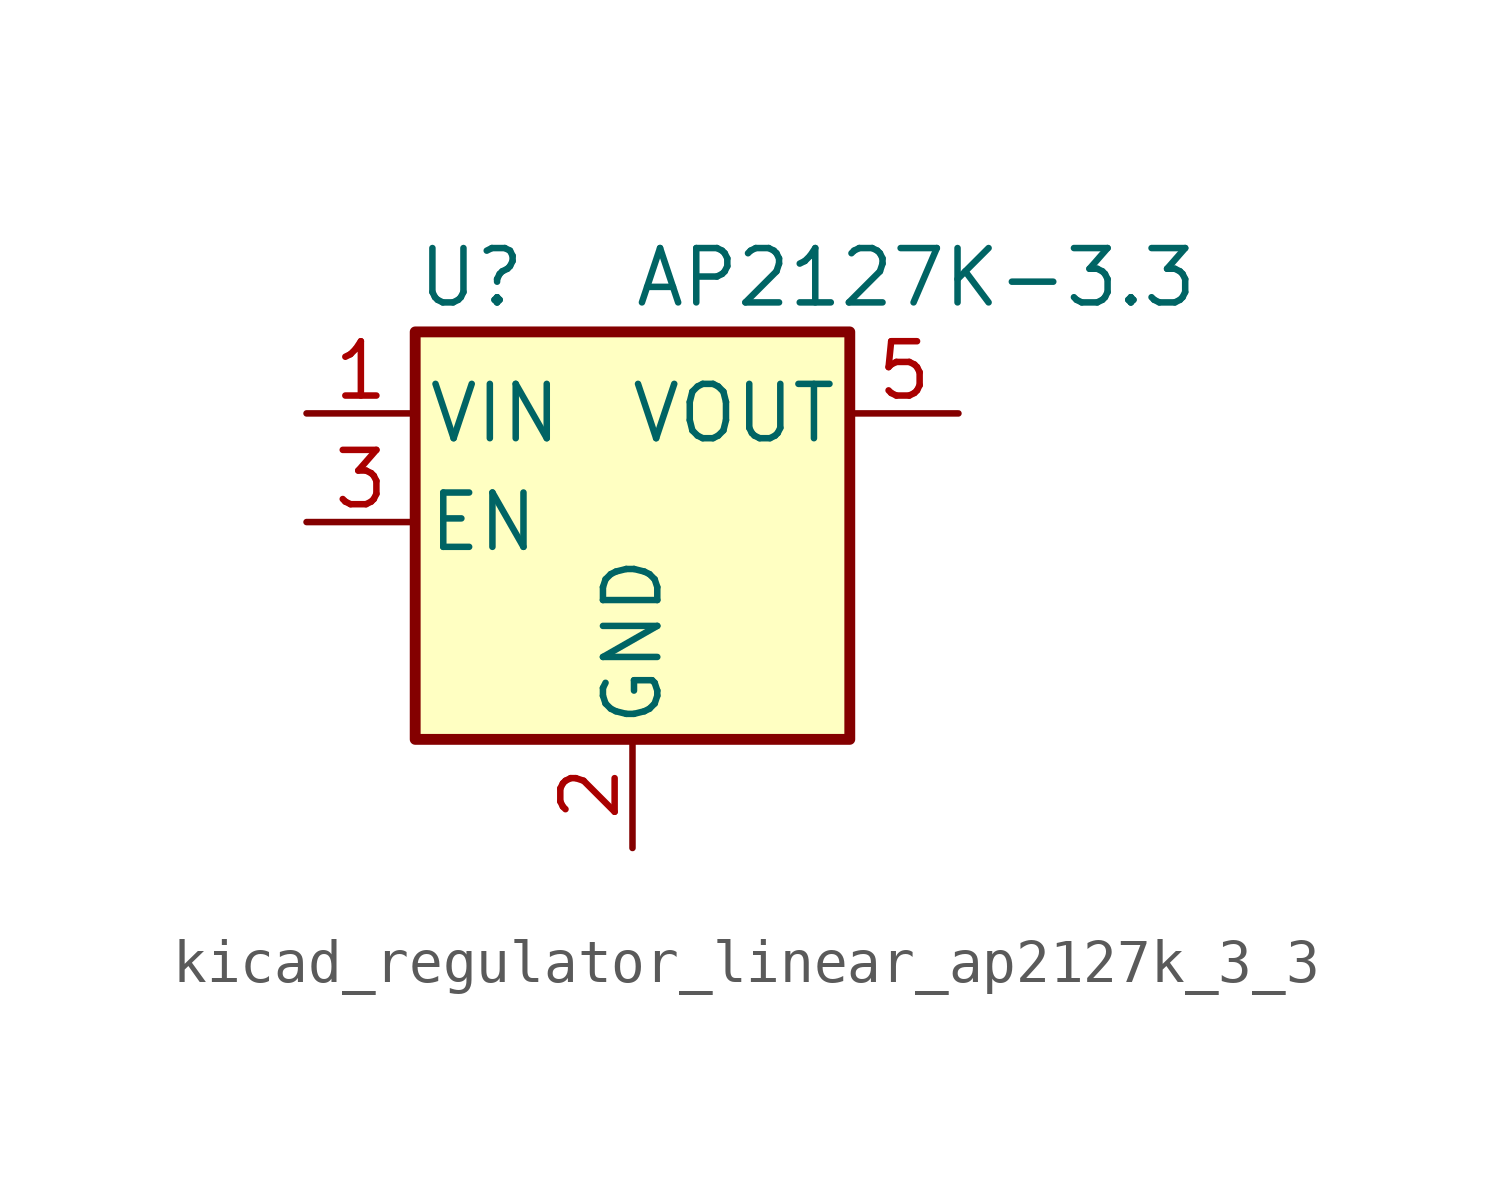
<source format=kicad_sym>
(kicad_symbol_lib
  (version 20220914)
  (generator kicad_symbol_editor)
  (symbol "kicad_regulator_linear_ap2127k_3_3"
    (pin_names
      (offset 0.254))
    (property "Reference" "U"
      (at -5.08 5.715 0)
      (effects (font (size 1.27 1.27)) (justify left)))
    (property "Value" "AP2127K-3.3"
      (at 0 5.715 0)
      (effects (font (size 1.27 1.27)) (justify left)))
    (symbol "kicad_regulator_linear_ap2127k_3_3_0_1"
      (rectangle (start -5.08 4.445) (end 5.08 -5.08) (stroke (width 0.254) (type default)) (fill (type background))))
    (symbol "kicad_regulator_linear_ap2127k_3_3_1_1"
      (pin power_in line (at -7.62 2.54 0) (length 2.54) (name "VIN" (effects (font (size 1.27 1.27)))) (number "1" (effects (font (size 1.27 1.27)))))
      (pin power_in line (at 0 -7.62 90) (length 2.54) (name "GND" (effects (font (size 1.27 1.27)))) (number "2" (effects (font (size 1.27 1.27)))))
      (pin input line (at -7.62 0 0) (length 2.54) (name "EN" (effects (font (size 1.27 1.27)))) (number "3" (effects (font (size 1.27 1.27)))))
      (pin no_connect line (at 5.08 0 180) (length 2.54) hide (name "NC" (effects (font (size 1.27 1.27)))) (number "4" (effects (font (size 1.27 1.27)))))
      (pin power_out line (at 7.62 2.54 180) (length 2.54) (name "VOUT" (effects (font (size 1.27 1.27)))) (number "5" (effects (font (size 1.27 1.27))))))))
</source>
